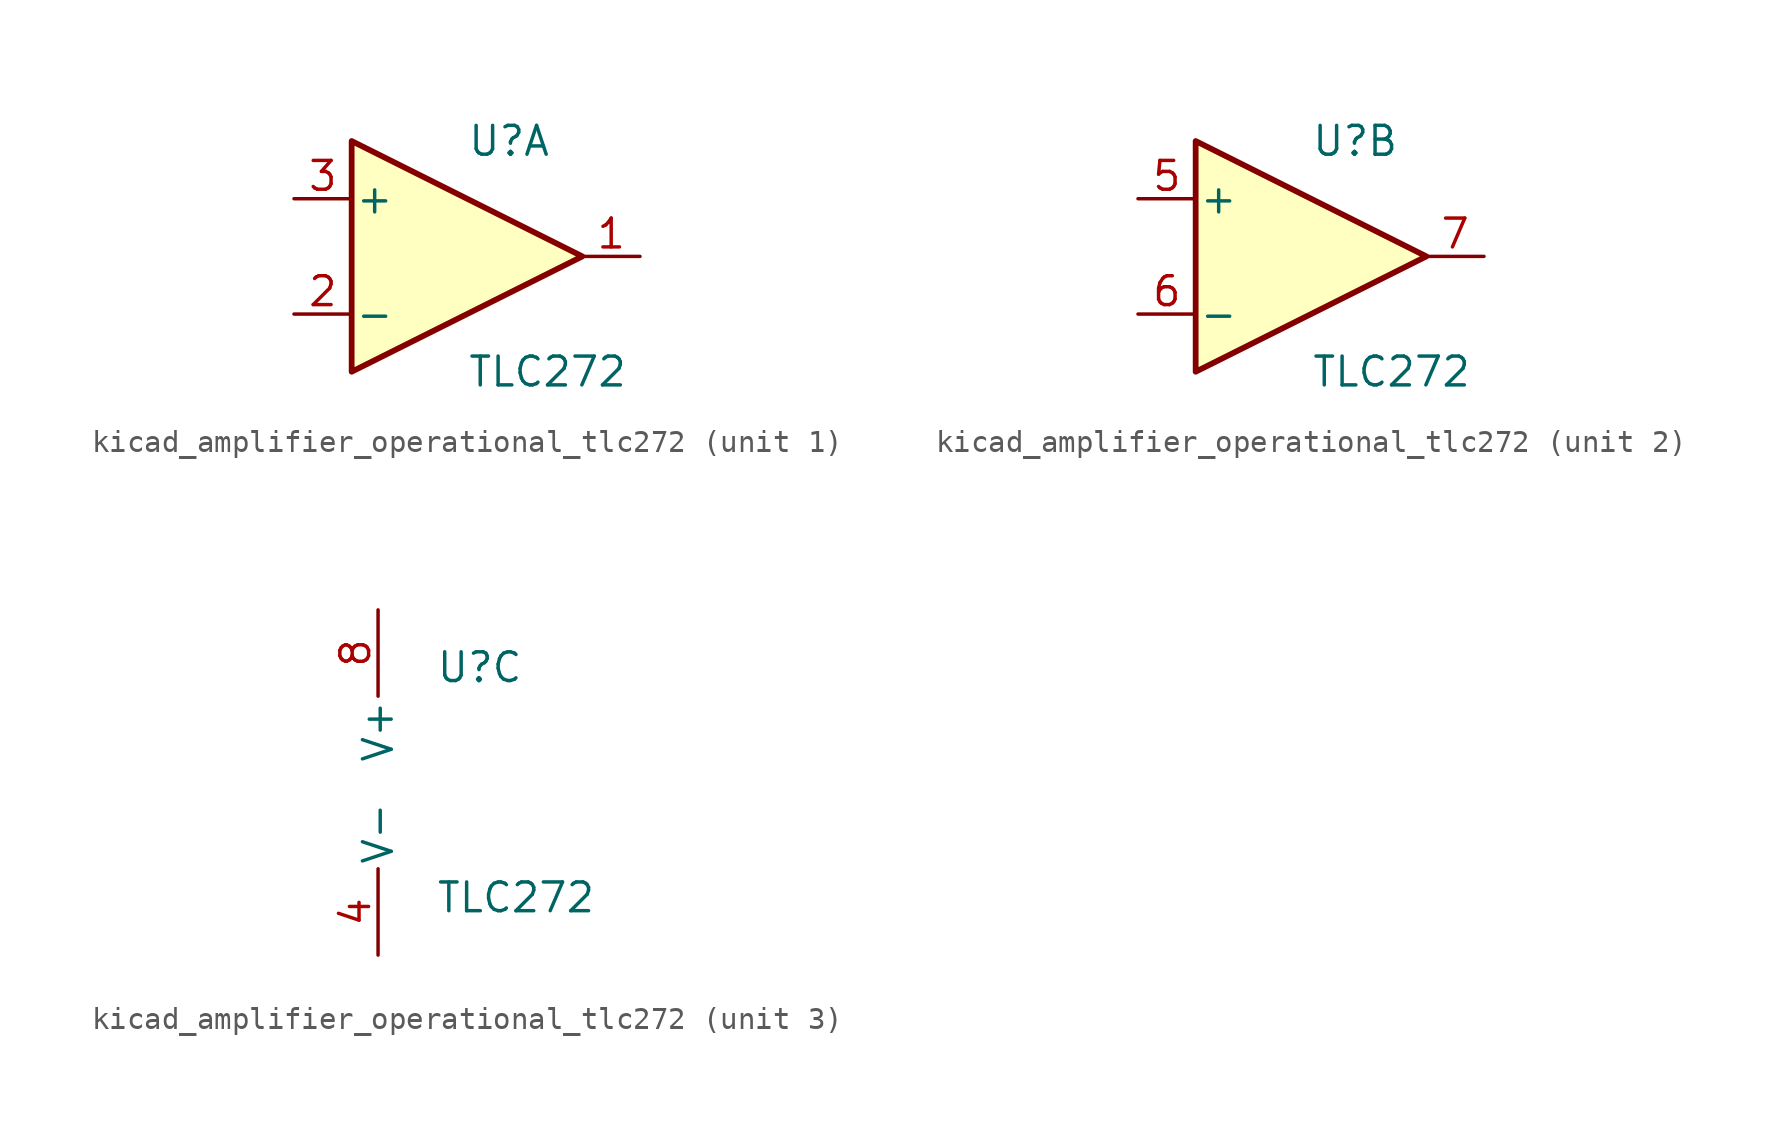
<source format=kicad_sym>
(kicad_symbol_lib
  (version 20220914)
  (generator kicad_symbol_editor)
  (symbol "kicad_amplifier_operational_tlc272"
    (pin_names
      (offset 0.127))
    (property "Reference" "U"
      (at 0 5.08 0)
      (effects (font (size 1.27 1.27)) (justify left)))
    (property "Value" "TLC272"
      (at 0 -5.08 0)
      (effects (font (size 1.27 1.27)) (justify left)))
    (property "ki_locked" ""
      (at 0 0 0)
      (effects (font (size 1.27 1.27))))
    (symbol "kicad_amplifier_operational_tlc272_1_1"
      (polyline (pts (xy -5.08 5.08) (xy 5.08 0) (xy -5.08 -5.08) (xy -5.08 5.08)) (stroke (width 0.254) (type default)) (fill (type background)))
      (pin output line (at 7.62 0 180) (length 2.54) (name "~" (effects (font (size 1.27 1.27)))) (number "1" (effects (font (size 1.27 1.27)))))
      (pin input line (at -7.62 -2.54 0) (length 2.54) (name "-" (effects (font (size 1.27 1.27)))) (number "2" (effects (font (size 1.27 1.27)))))
      (pin input line (at -7.62 2.54 0) (length 2.54) (name "+" (effects (font (size 1.27 1.27)))) (number "3" (effects (font (size 1.27 1.27))))))
    (symbol "kicad_amplifier_operational_tlc272_2_1"
      (polyline (pts (xy -5.08 5.08) (xy 5.08 0) (xy -5.08 -5.08) (xy -5.08 5.08)) (stroke (width 0.254) (type default)) (fill (type background)))
      (pin input line (at -7.62 2.54 0) (length 2.54) (name "+" (effects (font (size 1.27 1.27)))) (number "5" (effects (font (size 1.27 1.27)))))
      (pin input line (at -7.62 -2.54 0) (length 2.54) (name "-" (effects (font (size 1.27 1.27)))) (number "6" (effects (font (size 1.27 1.27)))))
      (pin output line (at 7.62 0 180) (length 2.54) (name "~" (effects (font (size 1.27 1.27)))) (number "7" (effects (font (size 1.27 1.27))))))
    (symbol "kicad_amplifier_operational_tlc272_3_1"
      (pin power_in line (at -2.54 -7.62 90) (length 3.81) (name "V-" (effects (font (size 1.27 1.27)))) (number "4" (effects (font (size 1.27 1.27)))))
      (pin power_in line (at -2.54 7.62 270) (length 3.81) (name "V+" (effects (font (size 1.27 1.27)))) (number "8" (effects (font (size 1.27 1.27))))))))
</source>
